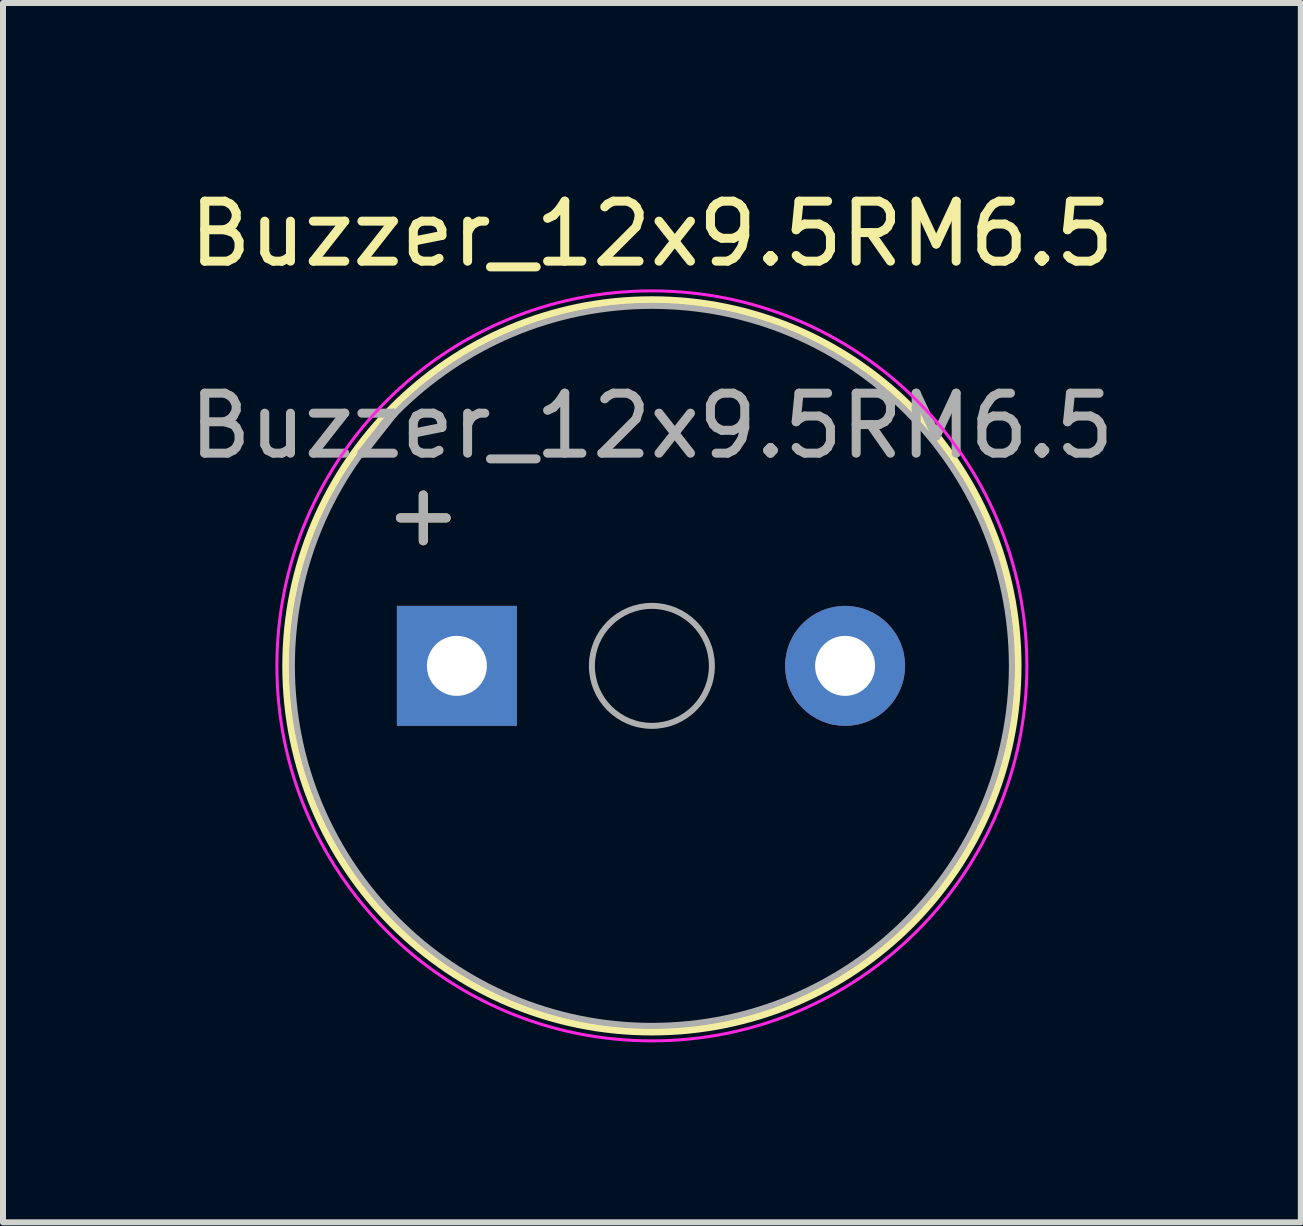
<source format=kicad_pcb>
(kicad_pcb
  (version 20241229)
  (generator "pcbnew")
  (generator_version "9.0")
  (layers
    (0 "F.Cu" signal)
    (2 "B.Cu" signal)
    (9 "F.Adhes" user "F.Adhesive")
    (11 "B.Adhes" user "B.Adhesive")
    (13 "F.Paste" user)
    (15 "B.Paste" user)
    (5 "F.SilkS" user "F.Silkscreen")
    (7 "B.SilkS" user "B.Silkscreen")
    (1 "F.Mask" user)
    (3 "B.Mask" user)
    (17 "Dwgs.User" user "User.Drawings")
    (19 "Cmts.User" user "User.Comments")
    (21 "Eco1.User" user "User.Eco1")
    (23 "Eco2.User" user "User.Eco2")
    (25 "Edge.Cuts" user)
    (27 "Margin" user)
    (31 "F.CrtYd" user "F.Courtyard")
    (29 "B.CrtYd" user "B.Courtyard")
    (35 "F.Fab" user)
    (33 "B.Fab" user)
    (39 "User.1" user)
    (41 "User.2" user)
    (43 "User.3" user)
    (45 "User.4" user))
  (footprint "Buzzer_12x9.5RM6.5"
    (layer "F.Cu")
    (at 4.015 8.048)
    (property "Reference" "Buzzer_12x9.5RM6.5" (at 3.8 -7.2 0) (layer "F.SilkS") (effects (font (size 1 1) (thickness 0.15))))
    (attr through_hole)
    (fp_circle (center 3.8 0) (end 9.9 0) (stroke (width 0.12) (type solid)) (fill no) (layer "F.SilkS"))
    (fp_circle (center 3.8 0) (end 10.05 0) (stroke (width 0.05) (type solid)) (fill no) (layer "F.CrtYd"))
    (fp_circle (center 3.8 0) (end 4.8 0) (stroke (width 0.1) (type solid)) (fill no) (layer "F.Fab"))
    (fp_circle (center 3.8 0) (end 9.8 0) (stroke (width 0.1) (type solid)) (fill no) (layer "F.Fab"))
    (fp_text user "+" (at -0.01 -2.54 0) (layer "F.SilkS") (effects (font (size 1 1) (thickness 0.15))))
    (fp_text user "${REFERENCE}" (at 3.8 -4 0) (layer "F.Fab") (effects (font (size 1 1) (thickness 0.15))))
    (fp_text user "+" (at -0.01 -2.54 0) (layer "F.Fab") (effects (font (size 1 1) (thickness 0.15))))
    (pad "1" thru_hole rect (at 0.55 0) (size 2 2) (drill 1) (layers "*.Cu" "*.Mask"))
    (pad "2" thru_hole circle (at 7.02 0) (size 2 2) (drill 1) (layers "*.Cu" "*.Mask")))
  (gr_rect
    (start -3 -3)
    (end 18.631 17.323)
    (stroke (width 0.1) (type default))
    (fill no)
    (layer "Edge.Cuts")))
</source>
